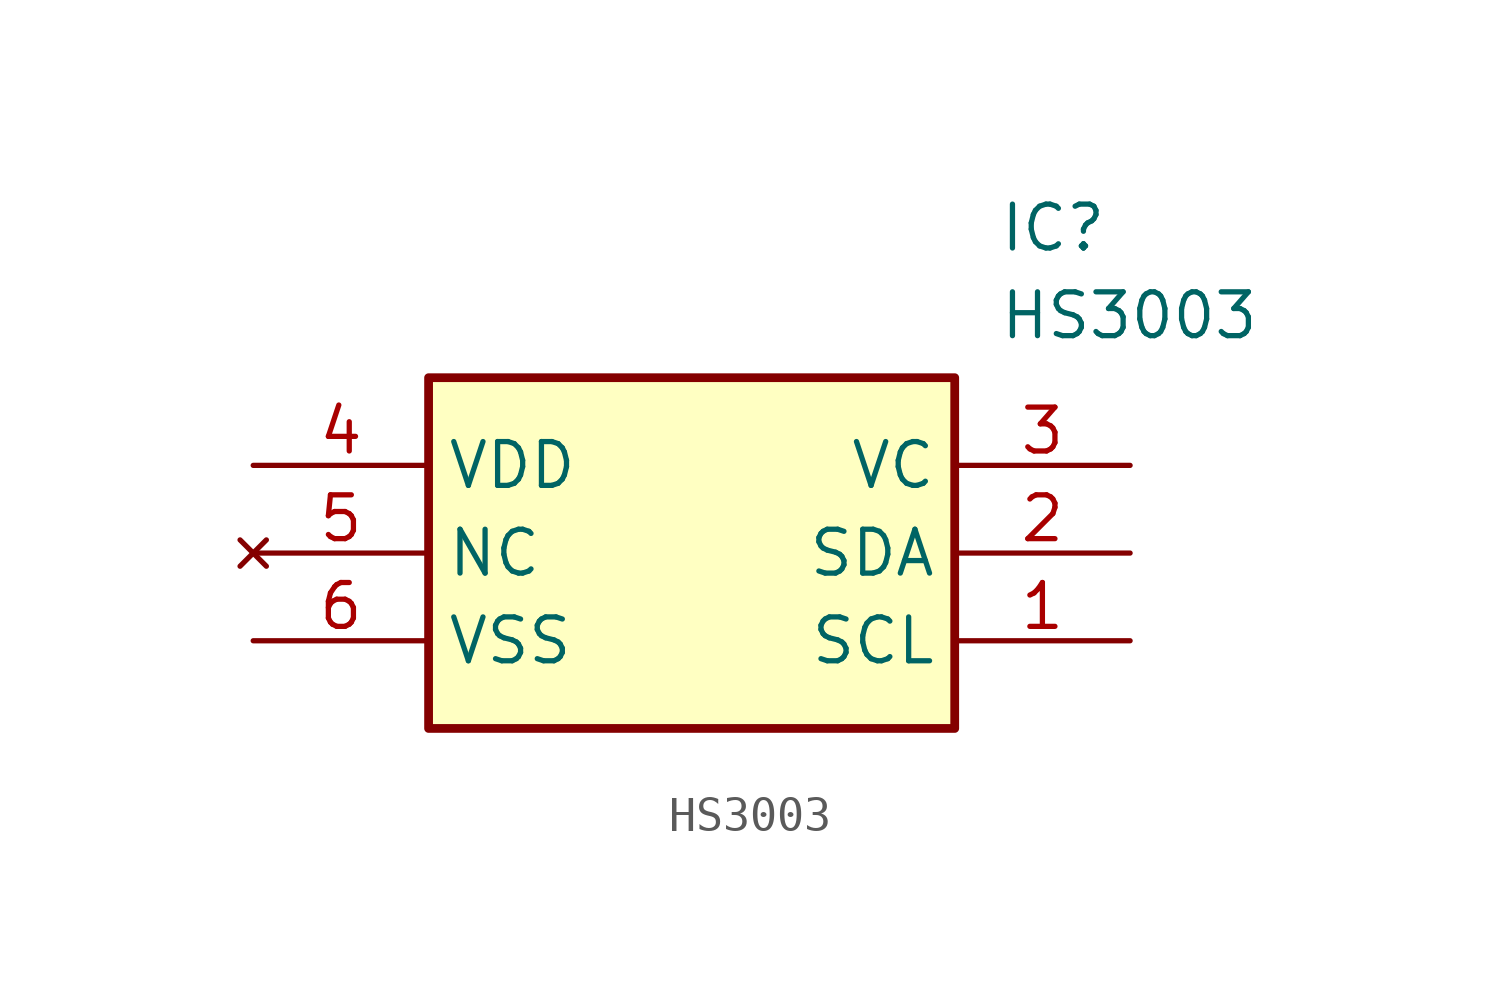
<source format=kicad_sym>
(kicad_symbol_lib
  (version 20211014)
  (generator SamacSys_ECAD_Model)
  (symbol "HS3003"
    (property "Reference" "IC"
      (at 21.59 7.62 0)
      (effects (font (size 1.27 1.27)) (justify left top)))
    (property "Value" "HS3003"
      (at 21.59 5.08 0)
      (effects (font (size 1.27 1.27)) (justify left top)))
    (rectangle
      (start 5.08 2.54)
      (end 20.32 -7.62)
      (stroke (width 0.254) (type default))
      (fill (type background)))
    (pin passive line
      (at 25.4 -5.08 180)
      (length 5.08)
      (name "SCL" (effects (font (size 1.27 1.27))))
      (number "1" (effects (font (size 1.27 1.27)))))
    (pin passive line
      (at 25.4 -2.54 180)
      (length 5.08)
      (name "SDA" (effects (font (size 1.27 1.27))))
      (number "2" (effects (font (size 1.27 1.27)))))
    (pin passive line
      (at 25.4 0 180)
      (length 5.08)
      (name "VC" (effects (font (size 1.27 1.27))))
      (number "3" (effects (font (size 1.27 1.27)))))
    (pin passive line
      (at 0 0 0)
      (length 5.08)
      (name "VDD" (effects (font (size 1.27 1.27))))
      (number "4" (effects (font (size 1.27 1.27)))))
    (pin no_connect line
      (at 0 -2.54 0)
      (length 5.08)
      (name "NC" (effects (font (size 1.27 1.27))))
      (number "5" (effects (font (size 1.27 1.27)))))
    (pin passive line
      (at 0 -5.08 0)
      (length 5.08)
      (name "VSS" (effects (font (size 1.27 1.27))))
      (number "6" (effects (font (size 1.27 1.27)))))))
</source>
